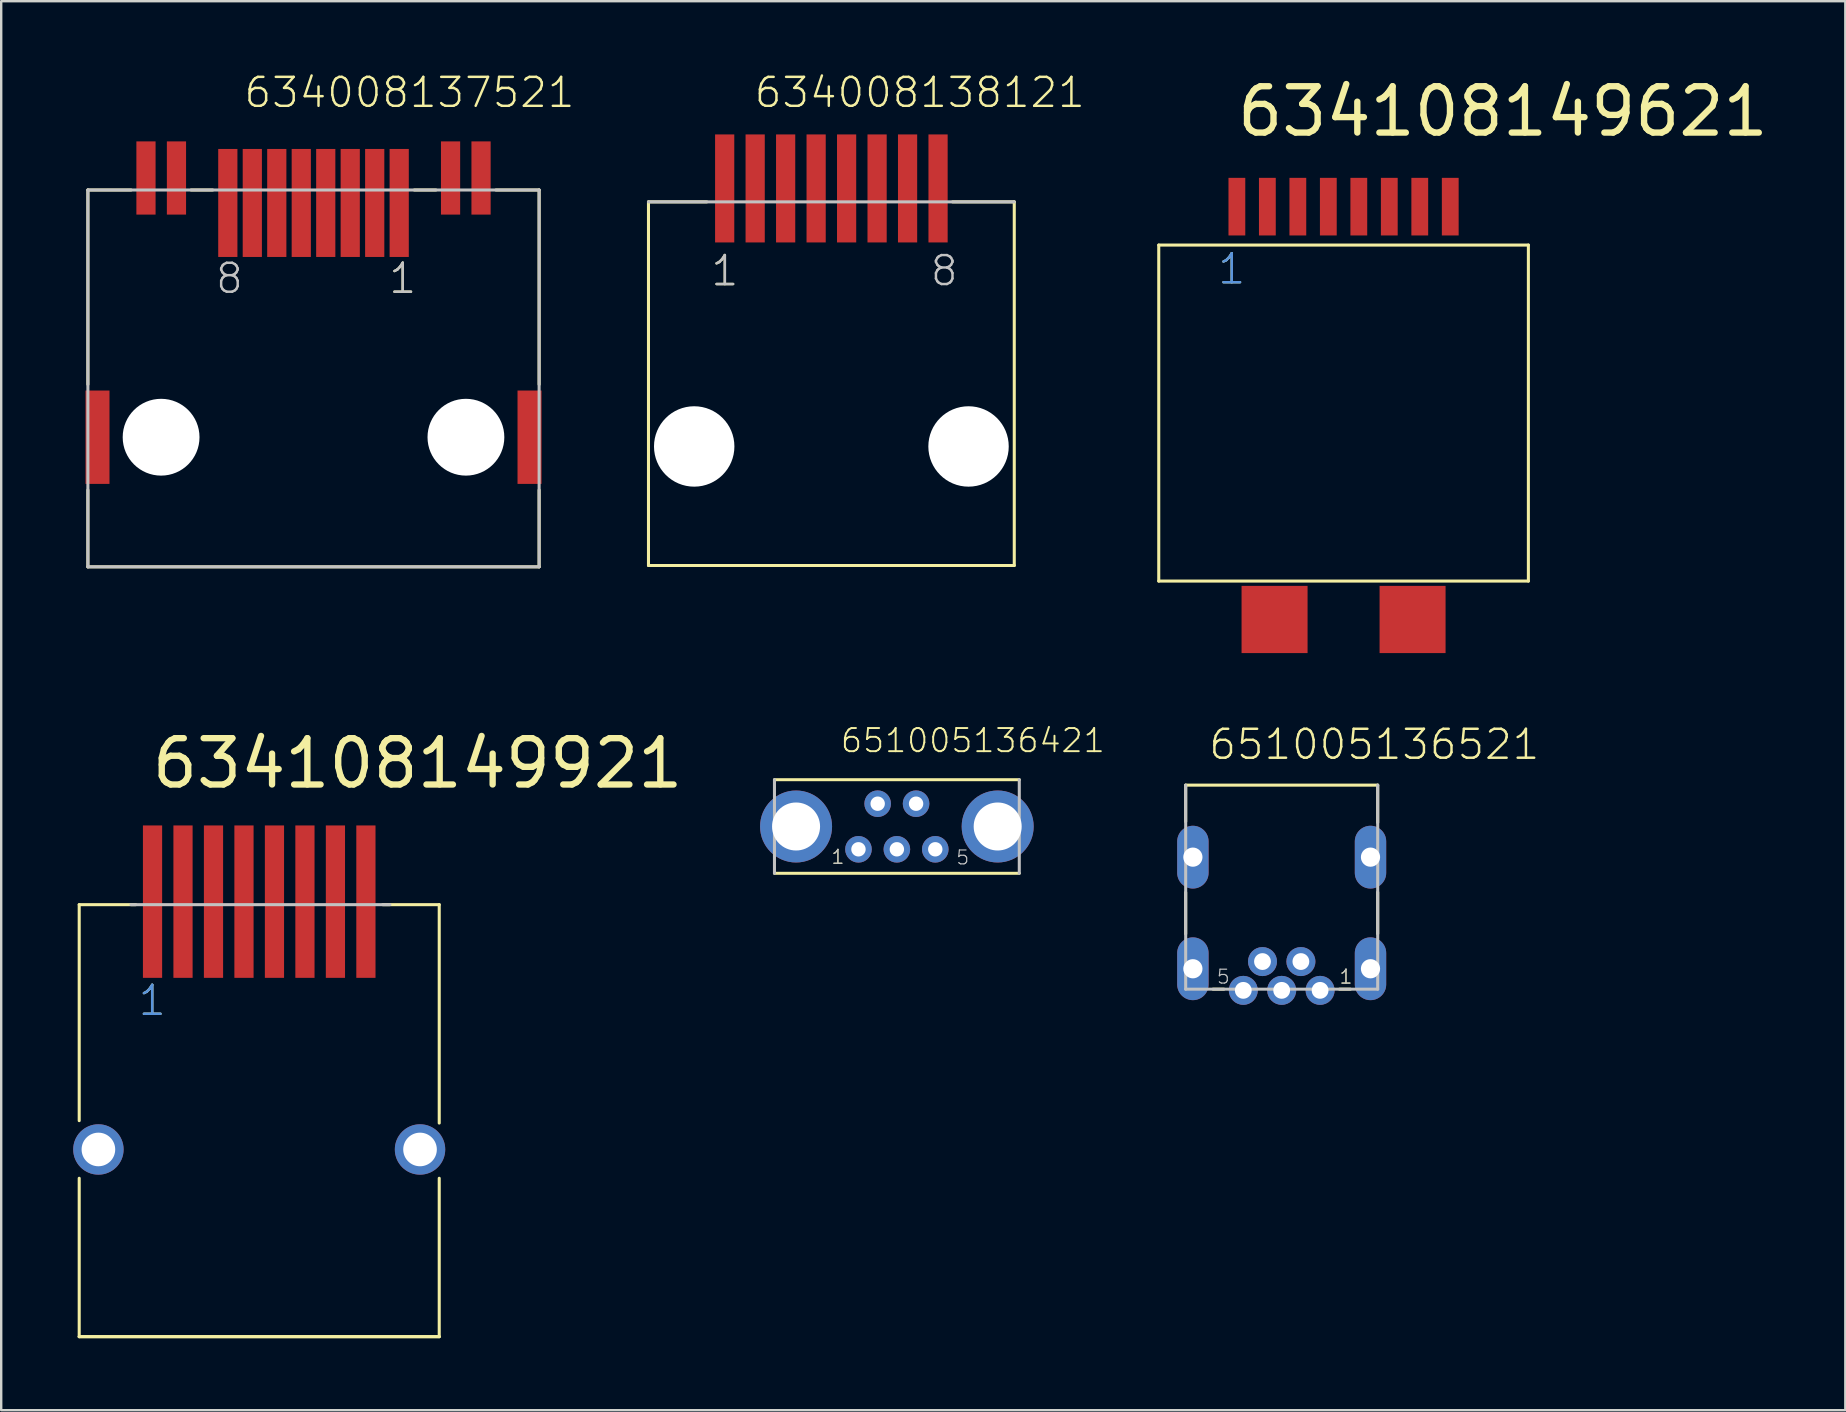
<source format=kicad_pcb>
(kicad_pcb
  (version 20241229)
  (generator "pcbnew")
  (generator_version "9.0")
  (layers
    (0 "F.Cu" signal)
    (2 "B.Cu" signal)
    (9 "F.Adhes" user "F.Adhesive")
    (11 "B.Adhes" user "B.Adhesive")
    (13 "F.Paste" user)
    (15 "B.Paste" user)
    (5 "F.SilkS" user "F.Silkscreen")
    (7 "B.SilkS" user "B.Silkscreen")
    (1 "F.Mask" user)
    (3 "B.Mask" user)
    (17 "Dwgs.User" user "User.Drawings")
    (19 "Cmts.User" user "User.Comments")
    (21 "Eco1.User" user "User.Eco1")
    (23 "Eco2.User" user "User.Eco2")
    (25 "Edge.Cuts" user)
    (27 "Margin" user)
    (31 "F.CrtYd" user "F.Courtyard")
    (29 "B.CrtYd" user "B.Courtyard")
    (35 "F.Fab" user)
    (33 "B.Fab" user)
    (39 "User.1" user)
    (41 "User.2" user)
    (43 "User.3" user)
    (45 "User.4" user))
  (footprint "651005136521"
    (layer "F.Cu")
    (at 50.35 37.312)
    (property "Reference" "651005136521" (at -3.1 -8.64 0) (layer "F.SilkS") (effects (font (size 1.206 1.206) (thickness 0.102)) (justify left bottom)))
    (attr through_hole)
    (fp_line (start -4 -7.65) (end 4 -7.65) (stroke (width 0.127) (type solid)) (layer "F.SilkS"))
    (fp_line (start -4 -6.13) (end -4 -7.65) (stroke (width 0.127) (type solid)) (layer "F.SilkS"))
    (fp_line (start -4 -3.18) (end -4 -1.45) (stroke (width 0.127) (type solid)) (layer "F.SilkS"))
    (fp_line (start -2.86 0.85) (end -2.41 0.85) (stroke (width 0.127) (type solid)) (layer "F.SilkS"))
    (fp_line (start 2.41 0.85) (end 2.86 0.85) (stroke (width 0.127) (type solid)) (layer "F.SilkS"))
    (fp_line (start 4 -6.09) (end 4 -7.65) (stroke (width 0.127) (type solid)) (layer "F.SilkS"))
    (fp_line (start 4 -3.19) (end 4 -1.46) (stroke (width 0.127) (type solid)) (layer "F.SilkS"))
    (fp_line (start -4 -7.65) (end -4 0.85) (stroke (width 0.127) (type solid)) (layer "Dwgs.User"))
    (fp_line (start -4 0.85) (end 4 0.85) (stroke (width 0.127) (type solid)) (layer "Dwgs.User"))
    (fp_line (start 4 -7.65) (end 4 0.85) (stroke (width 0.127) (type solid)) (layer "Dwgs.User"))
    (fp_text user "1" (at 2.37 0.67 0) (layer "F.SilkS") (effects (font (size 0.579 0.579) (thickness 0.049)) (justify left bottom)))
    (fp_text user "5" (at -2.74 0.67 0) (layer "Dwgs.User") (effects (font (size 0.579 0.579) (thickness 0.049)) (justify left bottom)))
    (fp_text user "1" (at 2.37 0.67 0) (layer "Dwgs.User") (effects (font (size 0.579 0.579) (thickness 0.049)) (justify left bottom)))
    (pad "1" thru_hole circle (at 1.6 0.9) (size 1.208 1.208) (drill 0.7) (layers "*.Cu" "*.Mask"))
    (pad "2" thru_hole circle (at 0.8 -0.3) (size 1.208 1.208) (drill 0.7) (layers "*.Cu" "*.Mask"))
    (pad "3" thru_hole circle (at 0 0.9) (size 1.208 1.208) (drill 0.7) (layers "*.Cu" "*.Mask"))
    (pad "4" thru_hole circle (at -0.8 -0.3) (size 1.208 1.208) (drill 0.7) (layers "*.Cu" "*.Mask"))
    (pad "5" thru_hole circle (at -1.6 0.9) (size 1.208 1.208) (drill 0.7) (layers "*.Cu" "*.Mask"))
    (pad "SHEL" thru_hole oval (at -3.7 -4.65 90) (size 2.616 1.308) (drill 0.8) (layers "*.Cu" "*.Mask"))
    (pad "SHEL" thru_hole oval (at -3.7 0 270) (size 2.616 1.308) (drill 0.8) (layers "*.Cu" "*.Mask"))
    (pad "SHEL" thru_hole oval (at 3.7 -4.65 90) (size 2.616 1.308) (drill 0.8) (layers "*.Cu" "*.Mask"))
    (pad "SHEL" thru_hole oval (at 3.7 0 90) (size 2.616 1.308) (drill 0.8) (layers "*.Cu" "*.Mask")))
  (footprint "634008137521"
    (layer "F.Cu")
    (at 10.012 15.166)
    (property "Reference" "634008137521" (at -2.96 -13.655 0) (layer "F.SilkS") (effects (font (size 1.206 1.206) (thickness 0.102)) (justify left bottom)))
    (attr through_hole)
    (fp_poly (pts (xy -10.012 -2.037) (xy -7.309 -2.037) (xy -7.309 -1.709) (xy -7.393 -1.66) (xy -7.485 -1.599) (xy -7.608 -1.504) (xy -7.735 -1.392) (xy -7.879 -1.233) (xy -8.001 -1.068) (xy -8.106 -0.892) (xy -8.209 -0.653) (xy -8.279 -0.423) (xy -8.314 -0.23) (xy -8.329 0.023) (xy -8.319 0.201) (xy -8.281 0.435) (xy -8.232 0.616) (xy -8.166 0.782) (xy -8.102 0.913) (xy -8.004 1.079) (xy -7.898 1.229) (xy -7.763 1.378) (xy -7.574 1.55) (xy -7.41 1.668) (xy -7.306 1.727) (xy -7.306 2.057) (xy -10.012 2.057)) (stroke (width 0) (type solid)) (fill yes) (layer "F.Mask"))
    (fp_poly (pts (xy 10.012 2.057) (xy 7.309 2.057) (xy 7.309 1.729) (xy 7.393 1.68) (xy 7.485 1.619) (xy 7.608 1.524) (xy 7.735 1.412) (xy 7.879 1.253) (xy 8.001 1.088) (xy 8.106 0.912) (xy 8.209 0.673) (xy 8.279 0.443) (xy 8.314 0.25) (xy 8.329 -0.003) (xy 8.319 -0.181) (xy 8.281 -0.415) (xy 8.232 -0.596) (xy 8.166 -0.762) (xy 8.102 -0.893) (xy 8.004 -1.059) (xy 7.898 -1.209) (xy 7.763 -1.358) (xy 7.574 -1.53) (xy 7.41 -1.648) (xy 7.306 -1.707) (xy 7.306 -2.037) (xy 10.012 -2.037)) (stroke (width 0) (type solid)) (fill yes) (layer "F.Mask"))
    (fp_line (start -9.4 -10.3) (end -9.4 -2.2) (stroke (width 0.127) (type solid)) (layer "F.SilkS"))
    (fp_line (start -9.4 5.4) (end -9.4 2.2) (stroke (width 0.127) (type solid)) (layer "F.SilkS"))
    (fp_line (start -7.6 -10.3) (end -9.4 -10.3) (stroke (width 0.127) (type solid)) (layer "F.SilkS"))
    (fp_line (start -5.1 -10.3) (end -4.2 -10.3) (stroke (width 0.127) (type solid)) (layer "F.SilkS"))
    (fp_line (start 4.2 -10.3) (end 5.1 -10.3) (stroke (width 0.127) (type solid)) (layer "F.SilkS"))
    (fp_line (start 7.6 -10.3) (end 9.4 -10.3) (stroke (width 0.127) (type solid)) (layer "F.SilkS"))
    (fp_line (start 9.4 -10.3) (end 9.4 -2.2) (stroke (width 0.127) (type solid)) (layer "F.SilkS"))
    (fp_line (start 9.4 2.2) (end 9.4 5.4) (stroke (width 0.127) (type solid)) (layer "F.SilkS"))
    (fp_line (start 9.4 5.4) (end -9.4 5.4) (stroke (width 0.127) (type solid)) (layer "F.SilkS"))
    (fp_poly (pts (xy -9.911 -1.935) (xy -7.41 -1.935) (xy -7.41 -1.777) (xy -7.476 -1.734) (xy -7.561 -1.68) (xy -7.648 -1.611) (xy -7.725 -1.544) (xy -7.807 -1.469) (xy -7.869 -1.405) (xy -7.92 -1.35) (xy -7.969 -1.289) (xy -8.03 -1.213) (xy -8.082 -1.14) (xy -8.139 -1.048) (xy -8.196 -0.946) (xy -8.25 -0.835) (xy -8.293 -0.728) (xy -8.335 -0.607) (xy -8.365 -0.491) (xy -8.39 -0.386) (xy -8.412 -0.237) (xy -8.421 -0.143) (xy -8.428 0.023) (xy -8.42 0.187) (xy -8.403 0.33) (xy -8.377 0.459) (xy -8.346 0.583) (xy -8.316 0.68) (xy -8.247 0.855) (xy -8.17 1.01) (xy -8.107 1.119) (xy -7.996 1.276) (xy -7.908 1.386) (xy -7.755 1.542) (xy -7.553 1.705) (xy -7.408 1.796) (xy -7.408 1.957) (xy -9.911 1.957)) (stroke (width 0) (type solid)) (fill yes) (layer "F.Paste"))
    (fp_poly (pts (xy 9.911 1.955) (xy 7.41 1.955) (xy 7.41 1.797) (xy 7.476 1.754) (xy 7.561 1.7) (xy 7.648 1.631) (xy 7.725 1.564) (xy 7.807 1.489) (xy 7.869 1.425) (xy 7.92 1.37) (xy 7.969 1.309) (xy 8.03 1.233) (xy 8.082 1.16) (xy 8.139 1.068) (xy 8.196 0.966) (xy 8.25 0.855) (xy 8.293 0.748) (xy 8.335 0.627) (xy 8.365 0.511) (xy 8.39 0.406) (xy 8.412 0.257) (xy 8.421 0.163) (xy 8.428 -0.003) (xy 8.42 -0.167) (xy 8.403 -0.31) (xy 8.377 -0.439) (xy 8.346 -0.563) (xy 8.316 -0.66) (xy 8.247 -0.835) (xy 8.17 -0.99) (xy 8.107 -1.099) (xy 7.996 -1.256) (xy 7.908 -1.366) (xy 7.755 -1.522) (xy 7.553 -1.685) (xy 7.408 -1.776) (xy 7.408 -1.937) (xy 9.911 -1.937)) (stroke (width 0) (type solid)) (fill yes) (layer "F.Paste"))
    (fp_line (start -9.4 -10.3) (end -9.4 5.4) (stroke (width 0.127) (type solid)) (layer "Dwgs.User"))
    (fp_line (start -9.4 5.4) (end 9.4 5.4) (stroke (width 0.127) (type solid)) (layer "Dwgs.User"))
    (fp_line (start 9.4 -10.3) (end -9.4 -10.3) (stroke (width 0.127) (type solid)) (layer "Dwgs.User"))
    (fp_line (start 9.4 5.4) (end 9.4 -10.3) (stroke (width 0.127) (type solid)) (layer "Dwgs.User"))
    (fp_text user "1" (at 3.075 -5.91 0) (layer "F.SilkS") (effects (font (size 1.206 1.206) (thickness 0.102)) (justify left bottom)))
    (fp_text user "8" (at -4.145 -5.91 0) (layer "Dwgs.User") (effects (font (size 1.206 1.206) (thickness 0.102)) (justify left bottom)))
    (fp_text user "1" (at 3.075 -5.91 0) (layer "Dwgs.User") (effects (font (size 1.206 1.206) (thickness 0.102)) (justify left bottom)))
    (pad "" np_thru_hole circle (at -6.35 0) (size 3.2 3.2) (drill 3.2) (layers "*.Cu"))
    (pad "" np_thru_hole circle (at 6.35 0) (size 3.2 3.2) (drill 3.2) (layers "*.Cu"))
    (pad "1" smd rect (at 3.57 -9.76 180) (size 0.8 4.5) (layers "F.Cu" "F.Mask" "F.Paste"))
    (pad "2" smd rect (at 2.55 -9.76 180) (size 0.8 4.5) (layers "F.Cu" "F.Mask" "F.Paste"))
    (pad "3" smd rect (at 1.53 -9.76 180) (size 0.8 4.5) (layers "F.Cu" "F.Mask" "F.Paste"))
    (pad "4" smd rect (at 0.51 -9.76 180) (size 0.8 4.5) (layers "F.Cu" "F.Mask" "F.Paste"))
    (pad "5" smd rect (at -0.51 -9.76 180) (size 0.8 4.5) (layers "F.Cu" "F.Mask" "F.Paste"))
    (pad "6" smd rect (at -1.53 -9.76 180) (size 0.8 4.5) (layers "F.Cu" "F.Mask" "F.Paste"))
    (pad "7" smd rect (at -2.55 -9.76 180) (size 0.8 4.5) (layers "F.Cu" "F.Mask" "F.Paste"))
    (pad "8" smd rect (at -3.57 -9.76 180) (size 0.8 4.5) (layers "F.Cu" "F.Mask" "F.Paste"))
    (pad "9" smd rect (at 6.98 -10.8 180) (size 0.8 3.05) (layers "F.Cu" "F.Mask" "F.Paste"))
    (pad "10" smd rect (at 5.71 -10.8 180) (size 0.8 3.05) (layers "F.Cu" "F.Mask" "F.Paste"))
    (pad "11" smd rect (at -5.71 -10.8 180) (size 0.8 3.05) (layers "F.Cu" "F.Mask" "F.Paste"))
    (pad "12" smd rect (at -6.98 -10.8 180) (size 0.8 3.05) (layers "F.Cu" "F.Mask" "F.Paste"))
    (pad "SHEL" smd rect (at -9 0 180) (size 1 3.89) (layers "F.Cu" "F.Mask" "F.Paste"))
    (pad "SHEL" smd rect (at 9 0 180) (size 1 3.89) (layers "F.Cu" "F.Mask" "F.Paste")))
  (footprint "634108149921"
    (layer "F.Cu")
    (at 7.75 44.841)
    (property "Reference" "634108149921" (at -4.602 -14.957 0) (layer "F.SilkS") (effects (font (size 1.93 1.93) (thickness 0.264)) (justify left bottom)))
    (attr through_hole)
    (fp_line (start -7.5 7.8) (end 7.5 7.8) (stroke (width 0.127) (type solid)) (layer "F.SilkS"))
    (fp_line (start -7.5 -10.2) (end -7.5 -1.2) (stroke (width 0.127) (type solid)) (layer "F.SilkS"))
    (fp_line (start -7.5 -10.2) (end -5.145 -10.2) (stroke (width 0.127) (type solid)) (layer "F.SilkS"))
    (fp_line (start -7.5 1.2) (end -7.5 7.8) (stroke (width 0.127) (type solid)) (layer "F.SilkS"))
    (fp_line (start -7.5 7.8) (end 7.5 7.8) (stroke (width 0.127) (type solid)) (layer "F.SilkS"))
    (fp_line (start 7.5 -10.2) (end 5.145 -10.2) (stroke (width 0.127) (type solid)) (layer "F.SilkS"))
    (fp_line (start 7.5 -10.2) (end 7.5 -1.1) (stroke (width 0.127) (type solid)) (layer "F.SilkS"))
    (fp_line (start 7.5 1.2) (end 7.5 7.8) (stroke (width 0.127) (type solid)) (layer "F.SilkS"))
    (fp_line (start -5.345 -10.2) (end 5.445 -10.2) (stroke (width 0.127) (type solid)) (layer "Dwgs.User"))
    (fp_text user "1" (at -5.1 -5.5 0) (layer "F.SilkS") (effects (font (size 1.206 1.206) (thickness 0.102)) (justify left bottom)))
    (fp_text user "1" (at -5.1 -5.5 0) (layer "Cmts.User") (effects (font (size 1.206 1.206) (thickness 0.102)) (justify left bottom)))
    (pad "1" smd rect (at -4.445 -10.325 270) (size 6.35 0.8) (layers "F.Cu" "F.Mask" "F.Paste"))
    (pad "2" smd rect (at -3.175 -10.325 270) (size 6.35 0.8) (layers "F.Cu" "F.Mask" "F.Paste"))
    (pad "3" smd rect (at -1.905 -10.325 270) (size 6.35 0.8) (layers "F.Cu" "F.Mask" "F.Paste"))
    (pad "4" smd rect (at -0.635 -10.325 270) (size 6.35 0.8) (layers "F.Cu" "F.Mask" "F.Paste"))
    (pad "5" smd rect (at 0.635 -10.325 270) (size 6.35 0.8) (layers "F.Cu" "F.Mask" "F.Paste"))
    (pad "6" smd rect (at 1.905 -10.325 270) (size 6.35 0.8) (layers "F.Cu" "F.Mask" "F.Paste"))
    (pad "7" smd rect (at 3.175 -10.325 270) (size 6.35 0.8) (layers "F.Cu" "F.Mask" "F.Paste"))
    (pad "8" smd rect (at 4.445 -10.325 270) (size 6.35 0.8) (layers "F.Cu" "F.Mask" "F.Paste"))
    (pad "SHEL" thru_hole circle (at -6.7 0) (size 2.1 2.1) (drill 1.4) (layers "*.Cu" "*.Mask"))
    (pad "SHEL" thru_hole circle (at 6.7 0) (size 2.1 2.1) (drill 1.4) (layers "*.Cu" "*.Mask")))
  (footprint "651005136421"
    (layer "F.Cu")
    (at 34.317 31.385)
    (property "Reference" "651005136421" (at -2.402 -3.016 0) (layer "F.SilkS") (effects (font (size 0.965 0.965) (thickness 0.081)) (justify left bottom)))
    (attr through_hole)
    (fp_line (start -5.1 -1.95) (end 5.1 -1.95) (stroke (width 0.127) (type solid)) (layer "F.SilkS"))
    (fp_line (start 5.1 1.95) (end -5.1 1.95) (stroke (width 0.127) (type solid)) (layer "F.SilkS"))
    (fp_line (start -5.1 1.95) (end -5.1 -1.95) (stroke (width 0.127) (type solid)) (layer "Dwgs.User"))
    (fp_line (start 5.1 -1.95) (end 5.1 1.95) (stroke (width 0.127) (type solid)) (layer "Dwgs.User"))
    (fp_text user "1" (at -2.765 1.605 0) (layer "F.SilkS") (effects (font (size 0.579 0.579) (thickness 0.049)) (justify left bottom)))
    (fp_text user "1" (at -2.765 1.605 0) (layer "Dwgs.User") (effects (font (size 0.579 0.579) (thickness 0.049)) (justify left bottom)))
    (fp_text user "5" (at 2.435 1.63 0) (layer "Dwgs.User") (effects (font (size 0.579 0.579) (thickness 0.049)) (justify left bottom)))
    (pad "1" thru_hole circle (at -1.6 0.95) (size 1.108 1.108) (drill 0.6) (layers "*.Cu" "*.Mask"))
    (pad "2" thru_hole circle (at -0.8 -0.95) (size 1.108 1.108) (drill 0.6) (layers "*.Cu" "*.Mask"))
    (pad "3" thru_hole circle (at 0 0.95) (size 1.108 1.108) (drill 0.6) (layers "*.Cu" "*.Mask"))
    (pad "4" thru_hole circle (at 0.8 -0.95) (size 1.108 1.108) (drill 0.6) (layers "*.Cu" "*.Mask"))
    (pad "5" thru_hole circle (at 1.6 0.95) (size 1.108 1.108) (drill 0.6) (layers "*.Cu" "*.Mask"))
    (pad "SHEL" thru_hole circle (at -4.2 0) (size 3 3) (drill 2) (layers "*.Cu" "*.Mask"))
    (pad "SHEL" thru_hole circle (at 4.2 0) (size 3 3) (drill 2) (layers "*.Cu" "*.Mask")))
  (footprint "634108149621"
    (layer "F.Cu")
    (at 52.928 5.56)
    (property "Reference" "634108149621" (at -4.564 -2.837 0) (layer "F.SilkS") (effects (font (size 1.93 1.93) (thickness 0.264)) (justify left bottom)))
    (attr through_hole)
    (fp_line (start -7.7 1.6) (end 7.7 1.6) (stroke (width 0.127) (type solid)) (layer "F.SilkS"))
    (fp_line (start -7.7 15.6) (end -7.7 1.6) (stroke (width 0.127) (type solid)) (layer "F.SilkS"))
    (fp_line (start -7.7 15.6) (end 7.7 15.6) (stroke (width 0.127) (type solid)) (layer "F.SilkS"))
    (fp_line (start 7.7 15.6) (end 7.7 1.6) (stroke (width 0.127) (type solid)) (layer "F.SilkS"))
    (fp_text user "1" (at -5.3 3.3 0) (layer "F.SilkS") (effects (font (size 1.206 1.206) (thickness 0.102)) (justify left bottom)))
    (fp_text user "1" (at -5.3 3.3 0) (layer "Cmts.User") (effects (font (size 1.206 1.206) (thickness 0.102)) (justify left bottom)))
    (pad "1" smd rect (at -4.445 0 270) (size 2.4 0.7) (layers "F.Cu" "F.Mask" "F.Paste"))
    (pad "2" smd rect (at -3.175 0 270) (size 2.4 0.7) (layers "F.Cu" "F.Mask" "F.Paste"))
    (pad "3" smd rect (at -1.905 0 270) (size 2.4 0.7) (layers "F.Cu" "F.Mask" "F.Paste"))
    (pad "4" smd rect (at -0.635 0 270) (size 2.4 0.7) (layers "F.Cu" "F.Mask" "F.Paste"))
    (pad "5" smd rect (at 0.635 0 270) (size 2.4 0.7) (layers "F.Cu" "F.Mask" "F.Paste"))
    (pad "6" smd rect (at 1.905 0 270) (size 2.4 0.7) (layers "F.Cu" "F.Mask" "F.Paste"))
    (pad "7" smd rect (at 3.175 0 270) (size 2.4 0.7) (layers "F.Cu" "F.Mask" "F.Paste"))
    (pad "8" smd rect (at 4.445 0 270) (size 2.4 0.7) (layers "F.Cu" "F.Mask" "F.Paste"))
    (pad "SHEL" smd rect (at -2.875 17.2 180) (size 2.75 2.8) (layers "F.Cu" "F.Mask" "F.Paste"))
    (pad "SHEL" smd rect (at 2.875 17.2 180) (size 2.75 2.8) (layers "F.Cu" "F.Mask" "F.Paste")))
  (footprint "634008138121"
    (layer "F.Cu")
    (at 31.588 4.801)
    (property "Reference" "634008138121" (at -3.275 -3.29 0) (layer "F.SilkS") (effects (font (size 1.206 1.206) (thickness 0.102)) (justify left bottom)))
    (attr through_hole)
    (fp_line (start -7.62 15.71) (end -7.62 0.56) (stroke (width 0.127) (type solid)) (layer "F.SilkS"))
    (fp_line (start -5.19 0.56) (end -7.62 0.56) (stroke (width 0.127) (type solid)) (layer "F.SilkS"))
    (fp_line (start 5.05 0.56) (end 7.62 0.56) (stroke (width 0.127) (type solid)) (layer "F.SilkS"))
    (fp_line (start 7.62 0.56) (end 7.62 15.71) (stroke (width 0.127) (type solid)) (layer "F.SilkS"))
    (fp_line (start 7.62 15.71) (end -7.62 15.71) (stroke (width 0.127) (type solid)) (layer "F.SilkS"))
    (fp_line (start -7.62 0.56) (end 7.62 0.56) (stroke (width 0.127) (type solid)) (layer "Dwgs.User"))
    (fp_text user "1" (at -5.08 4.135 0) (layer "F.SilkS") (effects (font (size 1.206 1.206) (thickness 0.102)) (justify left bottom)))
    (fp_text user "8" (at 4.06 4.135 0) (layer "Dwgs.User") (effects (font (size 1.206 1.206) (thickness 0.102)) (justify left bottom)))
    (fp_text user "1" (at -5.08 4.135 0) (layer "Dwgs.User") (effects (font (size 1.206 1.206) (thickness 0.102)) (justify left bottom)))
    (pad "" np_thru_hole circle (at -5.715 10.75) (size 3.35 3.35) (drill 3.35) (layers "*.Cu"))
    (pad "" np_thru_hole circle (at 5.715 10.75) (size 3.35 3.35) (drill 3.35) (layers "*.Cu"))
    (pad "1" smd rect (at -4.445 0 180) (size 0.8 4.5) (layers "F.Cu" "F.Mask" "F.Paste"))
    (pad "2" smd rect (at -3.175 0 180) (size 0.8 4.5) (layers "F.Cu" "F.Mask" "F.Paste"))
    (pad "3" smd rect (at -1.905 0 180) (size 0.8 4.5) (layers "F.Cu" "F.Mask" "F.Paste"))
    (pad "4" smd rect (at -0.635 0 180) (size 0.8 4.5) (layers "F.Cu" "F.Mask" "F.Paste"))
    (pad "5" smd rect (at 0.635 0 180) (size 0.8 4.5) (layers "F.Cu" "F.Mask" "F.Paste"))
    (pad "6" smd rect (at 1.905 0 180) (size 0.8 4.5) (layers "F.Cu" "F.Mask" "F.Paste"))
    (pad "7" smd rect (at 3.175 0 180) (size 0.8 4.5) (layers "F.Cu" "F.Mask" "F.Paste"))
    (pad "8" smd rect (at 4.445 0 180) (size 0.8 4.5) (layers "F.Cu" "F.Mask" "F.Paste")))
  (gr_rect
    (start -3 -3)
    (end 73.833 55.704)
    (stroke (width 0.1) (type default))
    (fill no)
    (layer "Edge.Cuts")))
</source>
